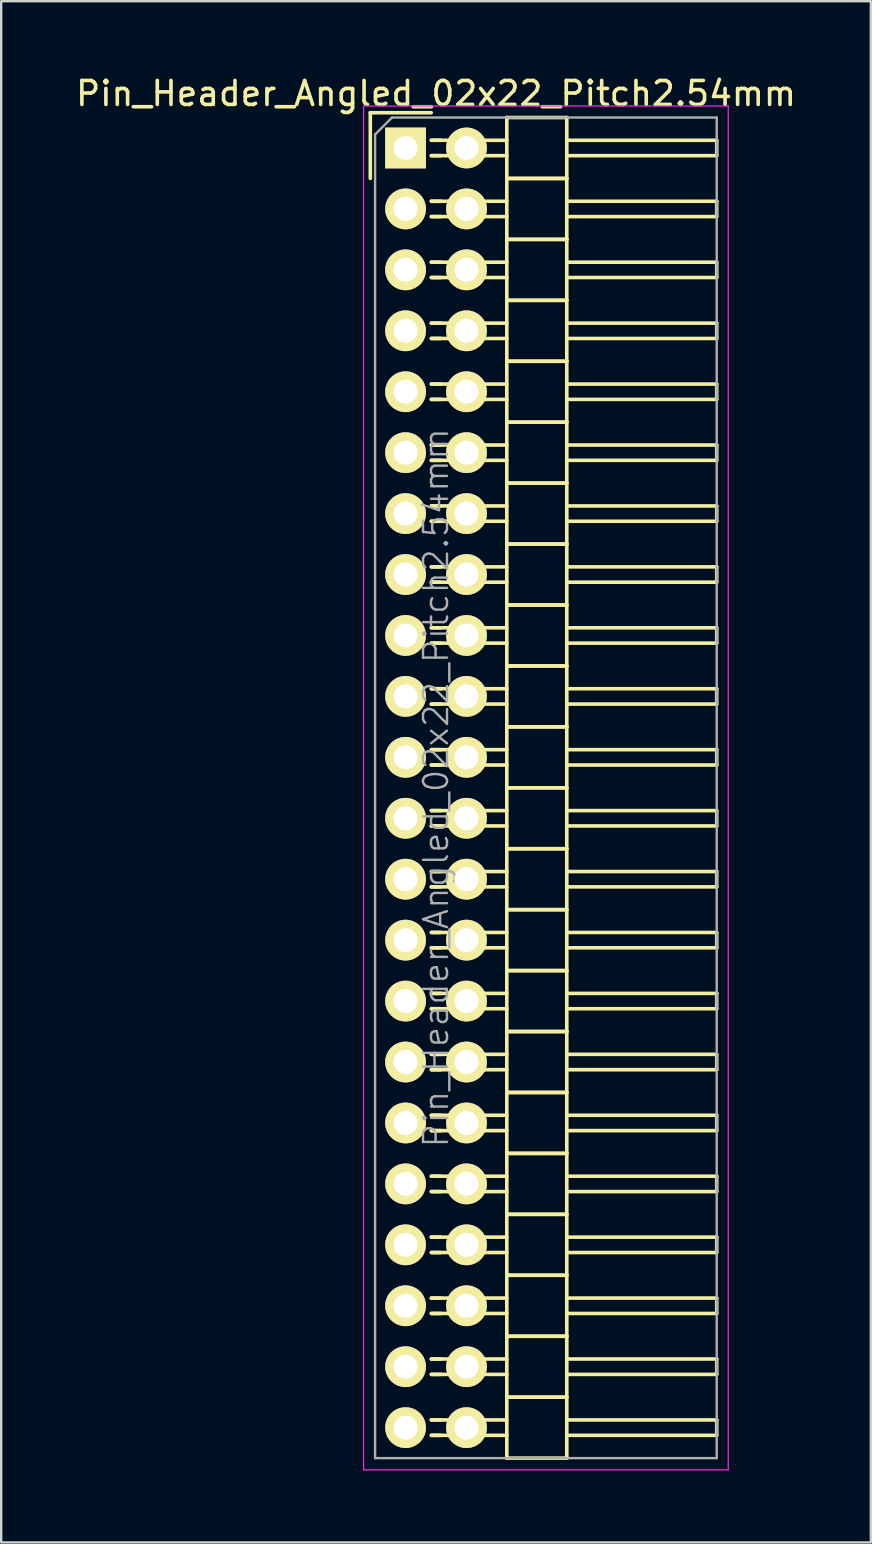
<source format=kicad_pcb>
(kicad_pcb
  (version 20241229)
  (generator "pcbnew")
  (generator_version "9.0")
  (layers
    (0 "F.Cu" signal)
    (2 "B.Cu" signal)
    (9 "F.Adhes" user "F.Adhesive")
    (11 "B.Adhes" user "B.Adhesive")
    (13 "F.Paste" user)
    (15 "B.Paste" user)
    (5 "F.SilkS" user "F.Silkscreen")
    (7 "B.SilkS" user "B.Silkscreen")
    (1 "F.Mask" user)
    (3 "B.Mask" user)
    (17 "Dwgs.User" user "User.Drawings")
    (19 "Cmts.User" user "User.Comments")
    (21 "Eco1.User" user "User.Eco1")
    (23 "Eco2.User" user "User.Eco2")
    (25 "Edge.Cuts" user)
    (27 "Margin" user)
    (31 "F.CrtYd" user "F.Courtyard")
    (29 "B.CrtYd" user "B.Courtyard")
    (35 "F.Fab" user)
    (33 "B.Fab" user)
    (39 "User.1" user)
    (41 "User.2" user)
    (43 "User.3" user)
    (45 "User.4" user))
  (footprint "Pin_Header_Angled_02x22_Pitch2.54mm"
    (layer "F.Cu")
    (at 13.855 3.118)
    (property "Reference" "Pin_Header_Angled_02x22_Pitch2.54mm" (at 1.27 -2.27 0) (layer "F.SilkS") (effects (font (size 1 1) (thickness 0.15))))
    (attr smd)
    (fp_line (start -1.47 -1.47) (end -1.47 1.27) (stroke (width 0.15) (type solid)) (layer "F.SilkS"))
    (fp_line (start -1.47 -1.47) (end 1.07 -1.47) (stroke (width 0.15) (type solid)) (layer "F.SilkS"))
    (fp_line (start 1.465 -0.32) (end 1.075 -0.32) (stroke (width 0.15) (type solid)) (layer "F.SilkS"))
    (fp_line (start 1.465 0.32) (end 1.075 0.32) (stroke (width 0.15) (type solid)) (layer "F.SilkS"))
    (fp_line (start 1.465 2.22) (end 1.075 2.22) (stroke (width 0.15) (type solid)) (layer "F.SilkS"))
    (fp_line (start 1.465 2.86) (end 1.075 2.86) (stroke (width 0.15) (type solid)) (layer "F.SilkS"))
    (fp_line (start 1.465 4.76) (end 1.075 4.76) (stroke (width 0.15) (type solid)) (layer "F.SilkS"))
    (fp_line (start 1.465 5.4) (end 1.075 5.4) (stroke (width 0.15) (type solid)) (layer "F.SilkS"))
    (fp_line (start 1.465 7.3) (end 1.075 7.3) (stroke (width 0.15) (type solid)) (layer "F.SilkS"))
    (fp_line (start 1.465 7.94) (end 1.075 7.94) (stroke (width 0.15) (type solid)) (layer "F.SilkS"))
    (fp_line (start 1.465 9.84) (end 1.075 9.84) (stroke (width 0.15) (type solid)) (layer "F.SilkS"))
    (fp_line (start 1.465 10.48) (end 1.075 10.48) (stroke (width 0.15) (type solid)) (layer "F.SilkS"))
    (fp_line (start 1.465 12.38) (end 1.075 12.38) (stroke (width 0.15) (type solid)) (layer "F.SilkS"))
    (fp_line (start 1.465 13.02) (end 1.075 13.02) (stroke (width 0.15) (type solid)) (layer "F.SilkS"))
    (fp_line (start 1.465 14.92) (end 1.075 14.92) (stroke (width 0.15) (type solid)) (layer "F.SilkS"))
    (fp_line (start 1.465 15.56) (end 1.075 15.56) (stroke (width 0.15) (type solid)) (layer "F.SilkS"))
    (fp_line (start 1.465 17.46) (end 1.075 17.46) (stroke (width 0.15) (type solid)) (layer "F.SilkS"))
    (fp_line (start 1.465 18.1) (end 1.075 18.1) (stroke (width 0.15) (type solid)) (layer "F.SilkS"))
    (fp_line (start 1.465 20) (end 1.075 20) (stroke (width 0.15) (type solid)) (layer "F.SilkS"))
    (fp_line (start 1.465 20.64) (end 1.075 20.64) (stroke (width 0.15) (type solid)) (layer "F.SilkS"))
    (fp_line (start 1.465 22.54) (end 1.075 22.54) (stroke (width 0.15) (type solid)) (layer "F.SilkS"))
    (fp_line (start 1.465 23.18) (end 1.075 23.18) (stroke (width 0.15) (type solid)) (layer "F.SilkS"))
    (fp_line (start 1.465 25.08) (end 1.075 25.08) (stroke (width 0.15) (type solid)) (layer "F.SilkS"))
    (fp_line (start 1.465 25.72) (end 1.075 25.72) (stroke (width 0.15) (type solid)) (layer "F.SilkS"))
    (fp_line (start 1.465 27.62) (end 1.075 27.62) (stroke (width 0.15) (type solid)) (layer "F.SilkS"))
    (fp_line (start 1.465 28.26) (end 1.075 28.26) (stroke (width 0.15) (type solid)) (layer "F.SilkS"))
    (fp_line (start 1.465 30.16) (end 1.075 30.16) (stroke (width 0.15) (type solid)) (layer "F.SilkS"))
    (fp_line (start 1.465 30.8) (end 1.075 30.8) (stroke (width 0.15) (type solid)) (layer "F.SilkS"))
    (fp_line (start 1.465 32.7) (end 1.075 32.7) (stroke (width 0.15) (type solid)) (layer "F.SilkS"))
    (fp_line (start 1.465 33.34) (end 1.075 33.34) (stroke (width 0.15) (type solid)) (layer "F.SilkS"))
    (fp_line (start 1.465 35.24) (end 1.075 35.24) (stroke (width 0.15) (type solid)) (layer "F.SilkS"))
    (fp_line (start 1.465 35.88) (end 1.075 35.88) (stroke (width 0.15) (type solid)) (layer "F.SilkS"))
    (fp_line (start 1.465 37.78) (end 1.075 37.78) (stroke (width 0.15) (type solid)) (layer "F.SilkS"))
    (fp_line (start 1.465 38.42) (end 1.075 38.42) (stroke (width 0.15) (type solid)) (layer "F.SilkS"))
    (fp_line (start 1.465 40.32) (end 1.075 40.32) (stroke (width 0.15) (type solid)) (layer "F.SilkS"))
    (fp_line (start 1.465 40.96) (end 1.075 40.96) (stroke (width 0.15) (type solid)) (layer "F.SilkS"))
    (fp_line (start 1.465 42.86) (end 1.075 42.86) (stroke (width 0.15) (type solid)) (layer "F.SilkS"))
    (fp_line (start 1.465 43.5) (end 1.075 43.5) (stroke (width 0.15) (type solid)) (layer "F.SilkS"))
    (fp_line (start 1.465 45.4) (end 1.075 45.4) (stroke (width 0.15) (type solid)) (layer "F.SilkS"))
    (fp_line (start 1.465 46.04) (end 1.075 46.04) (stroke (width 0.15) (type solid)) (layer "F.SilkS"))
    (fp_line (start 1.465 47.94) (end 1.075 47.94) (stroke (width 0.15) (type solid)) (layer "F.SilkS"))
    (fp_line (start 1.465 48.58) (end 1.075 48.58) (stroke (width 0.15) (type solid)) (layer "F.SilkS"))
    (fp_line (start 1.465 50.48) (end 1.075 50.48) (stroke (width 0.15) (type solid)) (layer "F.SilkS"))
    (fp_line (start 1.465 51.12) (end 1.075 51.12) (stroke (width 0.15) (type solid)) (layer "F.SilkS"))
    (fp_line (start 1.465 53.02) (end 1.075 53.02) (stroke (width 0.15) (type solid)) (layer "F.SilkS"))
    (fp_line (start 1.465 53.66) (end 1.075 53.66) (stroke (width 0.15) (type solid)) (layer "F.SilkS"))
    (fp_line (start 4.22 -0.32) (end 1.075 -0.32) (stroke (width 0.15) (type solid)) (layer "F.SilkS"))
    (fp_line (start 4.22 0.32) (end 1.075 0.32) (stroke (width 0.15) (type solid)) (layer "F.SilkS"))
    (fp_line (start 4.22 1.27) (end 4.22 -1.27) (stroke (width 0.15) (type solid)) (layer "F.SilkS"))
    (fp_line (start 4.22 2.22) (end 1.075 2.22) (stroke (width 0.15) (type solid)) (layer "F.SilkS"))
    (fp_line (start 4.22 2.86) (end 1.075 2.86) (stroke (width 0.15) (type solid)) (layer "F.SilkS"))
    (fp_line (start 4.22 3.81) (end 4.22 1.27) (stroke (width 0.15) (type solid)) (layer "F.SilkS"))
    (fp_line (start 4.22 4.76) (end 1.075 4.76) (stroke (width 0.15) (type solid)) (layer "F.SilkS"))
    (fp_line (start 4.22 5.4) (end 1.075 5.4) (stroke (width 0.15) (type solid)) (layer "F.SilkS"))
    (fp_line (start 4.22 6.35) (end 4.22 3.81) (stroke (width 0.15) (type solid)) (layer "F.SilkS"))
    (fp_line (start 4.22 7.3) (end 1.075 7.3) (stroke (width 0.15) (type solid)) (layer "F.SilkS"))
    (fp_line (start 4.22 7.94) (end 1.075 7.94) (stroke (width 0.15) (type solid)) (layer "F.SilkS"))
    (fp_line (start 4.22 8.89) (end 4.22 6.35) (stroke (width 0.15) (type solid)) (layer "F.SilkS"))
    (fp_line (start 4.22 9.84) (end 1.075 9.84) (stroke (width 0.15) (type solid)) (layer "F.SilkS"))
    (fp_line (start 4.22 10.48) (end 1.075 10.48) (stroke (width 0.15) (type solid)) (layer "F.SilkS"))
    (fp_line (start 4.22 11.43) (end 4.22 8.89) (stroke (width 0.15) (type solid)) (layer "F.SilkS"))
    (fp_line (start 4.22 12.38) (end 1.075 12.38) (stroke (width 0.15) (type solid)) (layer "F.SilkS"))
    (fp_line (start 4.22 13.02) (end 1.075 13.02) (stroke (width 0.15) (type solid)) (layer "F.SilkS"))
    (fp_line (start 4.22 13.97) (end 4.22 11.43) (stroke (width 0.15) (type solid)) (layer "F.SilkS"))
    (fp_line (start 4.22 14.92) (end 1.075 14.92) (stroke (width 0.15) (type solid)) (layer "F.SilkS"))
    (fp_line (start 4.22 15.56) (end 1.075 15.56) (stroke (width 0.15) (type solid)) (layer "F.SilkS"))
    (fp_line (start 4.22 16.51) (end 4.22 13.97) (stroke (width 0.15) (type solid)) (layer "F.SilkS"))
    (fp_line (start 4.22 17.46) (end 1.075 17.46) (stroke (width 0.15) (type solid)) (layer "F.SilkS"))
    (fp_line (start 4.22 18.1) (end 1.075 18.1) (stroke (width 0.15) (type solid)) (layer "F.SilkS"))
    (fp_line (start 4.22 19.05) (end 4.22 16.51) (stroke (width 0.15) (type solid)) (layer "F.SilkS"))
    (fp_line (start 4.22 20) (end 1.075 20) (stroke (width 0.15) (type solid)) (layer "F.SilkS"))
    (fp_line (start 4.22 20.64) (end 1.075 20.64) (stroke (width 0.15) (type solid)) (layer "F.SilkS"))
    (fp_line (start 4.22 21.59) (end 4.22 19.05) (stroke (width 0.15) (type solid)) (layer "F.SilkS"))
    (fp_line (start 4.22 22.54) (end 1.075 22.54) (stroke (width 0.15) (type solid)) (layer "F.SilkS"))
    (fp_line (start 4.22 23.18) (end 1.075 23.18) (stroke (width 0.15) (type solid)) (layer "F.SilkS"))
    (fp_line (start 4.22 24.13) (end 4.22 21.59) (stroke (width 0.15) (type solid)) (layer "F.SilkS"))
    (fp_line (start 4.22 25.08) (end 1.075 25.08) (stroke (width 0.15) (type solid)) (layer "F.SilkS"))
    (fp_line (start 4.22 25.72) (end 1.075 25.72) (stroke (width 0.15) (type solid)) (layer "F.SilkS"))
    (fp_line (start 4.22 26.67) (end 4.22 24.13) (stroke (width 0.15) (type solid)) (layer "F.SilkS"))
    (fp_line (start 4.22 27.62) (end 1.075 27.62) (stroke (width 0.15) (type solid)) (layer "F.SilkS"))
    (fp_line (start 4.22 28.26) (end 1.075 28.26) (stroke (width 0.15) (type solid)) (layer "F.SilkS"))
    (fp_line (start 4.22 29.21) (end 4.22 26.67) (stroke (width 0.15) (type solid)) (layer "F.SilkS"))
    (fp_line (start 4.22 30.16) (end 1.075 30.16) (stroke (width 0.15) (type solid)) (layer "F.SilkS"))
    (fp_line (start 4.22 30.8) (end 1.075 30.8) (stroke (width 0.15) (type solid)) (layer "F.SilkS"))
    (fp_line (start 4.22 31.75) (end 4.22 29.21) (stroke (width 0.15) (type solid)) (layer "F.SilkS"))
    (fp_line (start 4.22 32.7) (end 1.075 32.7) (stroke (width 0.15) (type solid)) (layer "F.SilkS"))
    (fp_line (start 4.22 33.34) (end 1.075 33.34) (stroke (width 0.15) (type solid)) (layer "F.SilkS"))
    (fp_line (start 4.22 34.29) (end 4.22 31.75) (stroke (width 0.15) (type solid)) (layer "F.SilkS"))
    (fp_line (start 4.22 35.24) (end 1.075 35.24) (stroke (width 0.15) (type solid)) (layer "F.SilkS"))
    (fp_line (start 4.22 35.88) (end 1.075 35.88) (stroke (width 0.15) (type solid)) (layer "F.SilkS"))
    (fp_line (start 4.22 36.83) (end 4.22 34.29) (stroke (width 0.15) (type solid)) (layer "F.SilkS"))
    (fp_line (start 4.22 37.78) (end 1.075 37.78) (stroke (width 0.15) (type solid)) (layer "F.SilkS"))
    (fp_line (start 4.22 38.42) (end 1.075 38.42) (stroke (width 0.15) (type solid)) (layer "F.SilkS"))
    (fp_line (start 4.22 39.37) (end 4.22 36.83) (stroke (width 0.15) (type solid)) (layer "F.SilkS"))
    (fp_line (start 4.22 40.32) (end 1.075 40.32) (stroke (width 0.15) (type solid)) (layer "F.SilkS"))
    (fp_line (start 4.22 40.96) (end 1.075 40.96) (stroke (width 0.15) (type solid)) (layer "F.SilkS"))
    (fp_line (start 4.22 41.91) (end 4.22 39.37) (stroke (width 0.15) (type solid)) (layer "F.SilkS"))
    (fp_line (start 4.22 42.86) (end 1.075 42.86) (stroke (width 0.15) (type solid)) (layer "F.SilkS"))
    (fp_line (start 4.22 43.5) (end 1.075 43.5) (stroke (width 0.15) (type solid)) (layer "F.SilkS"))
    (fp_line (start 4.22 44.45) (end 4.22 41.91) (stroke (width 0.15) (type solid)) (layer "F.SilkS"))
    (fp_line (start 4.22 45.4) (end 1.075 45.4) (stroke (width 0.15) (type solid)) (layer "F.SilkS"))
    (fp_line (start 4.22 46.04) (end 1.075 46.04) (stroke (width 0.15) (type solid)) (layer "F.SilkS"))
    (fp_line (start 4.22 46.99) (end 4.22 44.45) (stroke (width 0.15) (type solid)) (layer "F.SilkS"))
    (fp_line (start 4.22 47.94) (end 1.075 47.94) (stroke (width 0.15) (type solid)) (layer "F.SilkS"))
    (fp_line (start 4.22 48.58) (end 1.075 48.58) (stroke (width 0.15) (type solid)) (layer "F.SilkS"))
    (fp_line (start 4.22 49.53) (end 4.22 46.99) (stroke (width 0.15) (type solid)) (layer "F.SilkS"))
    (fp_line (start 4.22 50.48) (end 1.075 50.48) (stroke (width 0.15) (type solid)) (layer "F.SilkS"))
    (fp_line (start 4.22 51.12) (end 1.075 51.12) (stroke (width 0.15) (type solid)) (layer "F.SilkS"))
    (fp_line (start 4.22 52.07) (end 4.22 49.53) (stroke (width 0.15) (type solid)) (layer "F.SilkS"))
    (fp_line (start 4.22 53.02) (end 1.075 53.02) (stroke (width 0.15) (type solid)) (layer "F.SilkS"))
    (fp_line (start 4.22 53.66) (end 1.075 53.66) (stroke (width 0.15) (type solid)) (layer "F.SilkS"))
    (fp_line (start 4.22 54.61) (end 4.22 52.07) (stroke (width 0.15) (type solid)) (layer "F.SilkS"))
    (fp_line (start 6.72 -1.27) (end 4.22 -1.27) (stroke (width 0.15) (type solid)) (layer "F.SilkS"))
    (fp_line (start 6.72 -0.32) (end 12.97 -0.32) (stroke (width 0.15) (type solid)) (layer "F.SilkS"))
    (fp_line (start 6.72 0.32) (end 12.97 0.32) (stroke (width 0.15) (type solid)) (layer "F.SilkS"))
    (fp_line (start 6.72 1.27) (end 4.22 1.27) (stroke (width 0.15) (type solid)) (layer "F.SilkS"))
    (fp_line (start 6.72 1.27) (end 4.22 1.27) (stroke (width 0.15) (type solid)) (layer "F.SilkS"))
    (fp_line (start 6.72 1.27) (end 6.72 -1.27) (stroke (width 0.15) (type solid)) (layer "F.SilkS"))
    (fp_line (start 6.72 2.22) (end 12.97 2.22) (stroke (width 0.15) (type solid)) (layer "F.SilkS"))
    (fp_line (start 6.72 2.86) (end 12.97 2.86) (stroke (width 0.15) (type solid)) (layer "F.SilkS"))
    (fp_line (start 6.72 3.81) (end 4.22 3.81) (stroke (width 0.15) (type solid)) (layer "F.SilkS"))
    (fp_line (start 6.72 3.81) (end 4.22 3.81) (stroke (width 0.15) (type solid)) (layer "F.SilkS"))
    (fp_line (start 6.72 3.81) (end 6.72 1.27) (stroke (width 0.15) (type solid)) (layer "F.SilkS"))
    (fp_line (start 6.72 4.76) (end 12.97 4.76) (stroke (width 0.15) (type solid)) (layer "F.SilkS"))
    (fp_line (start 6.72 5.4) (end 12.97 5.4) (stroke (width 0.15) (type solid)) (layer "F.SilkS"))
    (fp_line (start 6.72 6.35) (end 4.22 6.35) (stroke (width 0.15) (type solid)) (layer "F.SilkS"))
    (fp_line (start 6.72 6.35) (end 4.22 6.35) (stroke (width 0.15) (type solid)) (layer "F.SilkS"))
    (fp_line (start 6.72 6.35) (end 6.72 3.81) (stroke (width 0.15) (type solid)) (layer "F.SilkS"))
    (fp_line (start 6.72 7.3) (end 12.97 7.3) (stroke (width 0.15) (type solid)) (layer "F.SilkS"))
    (fp_line (start 6.72 7.94) (end 12.97 7.94) (stroke (width 0.15) (type solid)) (layer "F.SilkS"))
    (fp_line (start 6.72 8.89) (end 4.22 8.89) (stroke (width 0.15) (type solid)) (layer "F.SilkS"))
    (fp_line (start 6.72 8.89) (end 4.22 8.89) (stroke (width 0.15) (type solid)) (layer "F.SilkS"))
    (fp_line (start 6.72 8.89) (end 6.72 6.35) (stroke (width 0.15) (type solid)) (layer "F.SilkS"))
    (fp_line (start 6.72 9.84) (end 12.97 9.84) (stroke (width 0.15) (type solid)) (layer "F.SilkS"))
    (fp_line (start 6.72 10.48) (end 12.97 10.48) (stroke (width 0.15) (type solid)) (layer "F.SilkS"))
    (fp_line (start 6.72 11.43) (end 4.22 11.43) (stroke (width 0.15) (type solid)) (layer "F.SilkS"))
    (fp_line (start 6.72 11.43) (end 4.22 11.43) (stroke (width 0.15) (type solid)) (layer "F.SilkS"))
    (fp_line (start 6.72 11.43) (end 6.72 8.89) (stroke (width 0.15) (type solid)) (layer "F.SilkS"))
    (fp_line (start 6.72 12.38) (end 12.97 12.38) (stroke (width 0.15) (type solid)) (layer "F.SilkS"))
    (fp_line (start 6.72 13.02) (end 12.97 13.02) (stroke (width 0.15) (type solid)) (layer "F.SilkS"))
    (fp_line (start 6.72 13.97) (end 4.22 13.97) (stroke (width 0.15) (type solid)) (layer "F.SilkS"))
    (fp_line (start 6.72 13.97) (end 4.22 13.97) (stroke (width 0.15) (type solid)) (layer "F.SilkS"))
    (fp_line (start 6.72 13.97) (end 6.72 11.43) (stroke (width 0.15) (type solid)) (layer "F.SilkS"))
    (fp_line (start 6.72 14.92) (end 12.97 14.92) (stroke (width 0.15) (type solid)) (layer "F.SilkS"))
    (fp_line (start 6.72 15.56) (end 12.97 15.56) (stroke (width 0.15) (type solid)) (layer "F.SilkS"))
    (fp_line (start 6.72 16.51) (end 4.22 16.51) (stroke (width 0.15) (type solid)) (layer "F.SilkS"))
    (fp_line (start 6.72 16.51) (end 4.22 16.51) (stroke (width 0.15) (type solid)) (layer "F.SilkS"))
    (fp_line (start 6.72 16.51) (end 6.72 13.97) (stroke (width 0.15) (type solid)) (layer "F.SilkS"))
    (fp_line (start 6.72 17.46) (end 12.97 17.46) (stroke (width 0.15) (type solid)) (layer "F.SilkS"))
    (fp_line (start 6.72 18.1) (end 12.97 18.1) (stroke (width 0.15) (type solid)) (layer "F.SilkS"))
    (fp_line (start 6.72 19.05) (end 4.22 19.05) (stroke (width 0.15) (type solid)) (layer "F.SilkS"))
    (fp_line (start 6.72 19.05) (end 4.22 19.05) (stroke (width 0.15) (type solid)) (layer "F.SilkS"))
    (fp_line (start 6.72 19.05) (end 6.72 16.51) (stroke (width 0.15) (type solid)) (layer "F.SilkS"))
    (fp_line (start 6.72 20) (end 12.97 20) (stroke (width 0.15) (type solid)) (layer "F.SilkS"))
    (fp_line (start 6.72 20.64) (end 12.97 20.64) (stroke (width 0.15) (type solid)) (layer "F.SilkS"))
    (fp_line (start 6.72 21.59) (end 4.22 21.59) (stroke (width 0.15) (type solid)) (layer "F.SilkS"))
    (fp_line (start 6.72 21.59) (end 4.22 21.59) (stroke (width 0.15) (type solid)) (layer "F.SilkS"))
    (fp_line (start 6.72 21.59) (end 6.72 19.05) (stroke (width 0.15) (type solid)) (layer "F.SilkS"))
    (fp_line (start 6.72 22.54) (end 12.97 22.54) (stroke (width 0.15) (type solid)) (layer "F.SilkS"))
    (fp_line (start 6.72 23.18) (end 12.97 23.18) (stroke (width 0.15) (type solid)) (layer "F.SilkS"))
    (fp_line (start 6.72 24.13) (end 4.22 24.13) (stroke (width 0.15) (type solid)) (layer "F.SilkS"))
    (fp_line (start 6.72 24.13) (end 4.22 24.13) (stroke (width 0.15) (type solid)) (layer "F.SilkS"))
    (fp_line (start 6.72 24.13) (end 6.72 21.59) (stroke (width 0.15) (type solid)) (layer "F.SilkS"))
    (fp_line (start 6.72 25.08) (end 12.97 25.08) (stroke (width 0.15) (type solid)) (layer "F.SilkS"))
    (fp_line (start 6.72 25.72) (end 12.97 25.72) (stroke (width 0.15) (type solid)) (layer "F.SilkS"))
    (fp_line (start 6.72 26.67) (end 4.22 26.67) (stroke (width 0.15) (type solid)) (layer "F.SilkS"))
    (fp_line (start 6.72 26.67) (end 4.22 26.67) (stroke (width 0.15) (type solid)) (layer "F.SilkS"))
    (fp_line (start 6.72 26.67) (end 6.72 24.13) (stroke (width 0.15) (type solid)) (layer "F.SilkS"))
    (fp_line (start 6.72 27.62) (end 12.97 27.62) (stroke (width 0.15) (type solid)) (layer "F.SilkS"))
    (fp_line (start 6.72 28.26) (end 12.97 28.26) (stroke (width 0.15) (type solid)) (layer "F.SilkS"))
    (fp_line (start 6.72 29.21) (end 4.22 29.21) (stroke (width 0.15) (type solid)) (layer "F.SilkS"))
    (fp_line (start 6.72 29.21) (end 4.22 29.21) (stroke (width 0.15) (type solid)) (layer "F.SilkS"))
    (fp_line (start 6.72 29.21) (end 6.72 26.67) (stroke (width 0.15) (type solid)) (layer "F.SilkS"))
    (fp_line (start 6.72 30.16) (end 12.97 30.16) (stroke (width 0.15) (type solid)) (layer "F.SilkS"))
    (fp_line (start 6.72 30.8) (end 12.97 30.8) (stroke (width 0.15) (type solid)) (layer "F.SilkS"))
    (fp_line (start 6.72 31.75) (end 4.22 31.75) (stroke (width 0.15) (type solid)) (layer "F.SilkS"))
    (fp_line (start 6.72 31.75) (end 4.22 31.75) (stroke (width 0.15) (type solid)) (layer "F.SilkS"))
    (fp_line (start 6.72 31.75) (end 6.72 29.21) (stroke (width 0.15) (type solid)) (layer "F.SilkS"))
    (fp_line (start 6.72 32.7) (end 12.97 32.7) (stroke (width 0.15) (type solid)) (layer "F.SilkS"))
    (fp_line (start 6.72 33.34) (end 12.97 33.34) (stroke (width 0.15) (type solid)) (layer "F.SilkS"))
    (fp_line (start 6.72 34.29) (end 4.22 34.29) (stroke (width 0.15) (type solid)) (layer "F.SilkS"))
    (fp_line (start 6.72 34.29) (end 4.22 34.29) (stroke (width 0.15) (type solid)) (layer "F.SilkS"))
    (fp_line (start 6.72 34.29) (end 6.72 31.75) (stroke (width 0.15) (type solid)) (layer "F.SilkS"))
    (fp_line (start 6.72 35.24) (end 12.97 35.24) (stroke (width 0.15) (type solid)) (layer "F.SilkS"))
    (fp_line (start 6.72 35.88) (end 12.97 35.88) (stroke (width 0.15) (type solid)) (layer "F.SilkS"))
    (fp_line (start 6.72 36.83) (end 4.22 36.83) (stroke (width 0.15) (type solid)) (layer "F.SilkS"))
    (fp_line (start 6.72 36.83) (end 4.22 36.83) (stroke (width 0.15) (type solid)) (layer "F.SilkS"))
    (fp_line (start 6.72 36.83) (end 6.72 34.29) (stroke (width 0.15) (type solid)) (layer "F.SilkS"))
    (fp_line (start 6.72 37.78) (end 12.97 37.78) (stroke (width 0.15) (type solid)) (layer "F.SilkS"))
    (fp_line (start 6.72 38.42) (end 12.97 38.42) (stroke (width 0.15) (type solid)) (layer "F.SilkS"))
    (fp_line (start 6.72 39.37) (end 4.22 39.37) (stroke (width 0.15) (type solid)) (layer "F.SilkS"))
    (fp_line (start 6.72 39.37) (end 4.22 39.37) (stroke (width 0.15) (type solid)) (layer "F.SilkS"))
    (fp_line (start 6.72 39.37) (end 6.72 36.83) (stroke (width 0.15) (type solid)) (layer "F.SilkS"))
    (fp_line (start 6.72 40.32) (end 12.97 40.32) (stroke (width 0.15) (type solid)) (layer "F.SilkS"))
    (fp_line (start 6.72 40.96) (end 12.97 40.96) (stroke (width 0.15) (type solid)) (layer "F.SilkS"))
    (fp_line (start 6.72 41.91) (end 4.22 41.91) (stroke (width 0.15) (type solid)) (layer "F.SilkS"))
    (fp_line (start 6.72 41.91) (end 4.22 41.91) (stroke (width 0.15) (type solid)) (layer "F.SilkS"))
    (fp_line (start 6.72 41.91) (end 6.72 39.37) (stroke (width 0.15) (type solid)) (layer "F.SilkS"))
    (fp_line (start 6.72 42.86) (end 12.97 42.86) (stroke (width 0.15) (type solid)) (layer "F.SilkS"))
    (fp_line (start 6.72 43.5) (end 12.97 43.5) (stroke (width 0.15) (type solid)) (layer "F.SilkS"))
    (fp_line (start 6.72 44.45) (end 4.22 44.45) (stroke (width 0.15) (type solid)) (layer "F.SilkS"))
    (fp_line (start 6.72 44.45) (end 4.22 44.45) (stroke (width 0.15) (type solid)) (layer "F.SilkS"))
    (fp_line (start 6.72 44.45) (end 6.72 41.91) (stroke (width 0.15) (type solid)) (layer "F.SilkS"))
    (fp_line (start 6.72 45.4) (end 12.97 45.4) (stroke (width 0.15) (type solid)) (layer "F.SilkS"))
    (fp_line (start 6.72 46.04) (end 12.97 46.04) (stroke (width 0.15) (type solid)) (layer "F.SilkS"))
    (fp_line (start 6.72 46.99) (end 4.22 46.99) (stroke (width 0.15) (type solid)) (layer "F.SilkS"))
    (fp_line (start 6.72 46.99) (end 4.22 46.99) (stroke (width 0.15) (type solid)) (layer "F.SilkS"))
    (fp_line (start 6.72 46.99) (end 6.72 44.45) (stroke (width 0.15) (type solid)) (layer "F.SilkS"))
    (fp_line (start 6.72 47.94) (end 12.97 47.94) (stroke (width 0.15) (type solid)) (layer "F.SilkS"))
    (fp_line (start 6.72 48.58) (end 12.97 48.58) (stroke (width 0.15) (type solid)) (layer "F.SilkS"))
    (fp_line (start 6.72 49.53) (end 4.22 49.53) (stroke (width 0.15) (type solid)) (layer "F.SilkS"))
    (fp_line (start 6.72 49.53) (end 4.22 49.53) (stroke (width 0.15) (type solid)) (layer "F.SilkS"))
    (fp_line (start 6.72 49.53) (end 6.72 46.99) (stroke (width 0.15) (type solid)) (layer "F.SilkS"))
    (fp_line (start 6.72 50.48) (end 12.97 50.48) (stroke (width 0.15) (type solid)) (layer "F.SilkS"))
    (fp_line (start 6.72 51.12) (end 12.97 51.12) (stroke (width 0.15) (type solid)) (layer "F.SilkS"))
    (fp_line (start 6.72 52.07) (end 4.22 52.07) (stroke (width 0.15) (type solid)) (layer "F.SilkS"))
    (fp_line (start 6.72 52.07) (end 4.22 52.07) (stroke (width 0.15) (type solid)) (layer "F.SilkS"))
    (fp_line (start 6.72 52.07) (end 6.72 49.53) (stroke (width 0.15) (type solid)) (layer "F.SilkS"))
    (fp_line (start 6.72 53.02) (end 12.97 53.02) (stroke (width 0.15) (type solid)) (layer "F.SilkS"))
    (fp_line (start 6.72 53.66) (end 12.97 53.66) (stroke (width 0.15) (type solid)) (layer "F.SilkS"))
    (fp_line (start 6.72 54.61) (end 4.22 54.61) (stroke (width 0.15) (type solid)) (layer "F.SilkS"))
    (fp_line (start 6.72 54.61) (end 6.72 52.07) (stroke (width 0.15) (type solid)) (layer "F.SilkS"))
    (fp_line (start 12.97 0.32) (end 12.97 -0.32) (stroke (width 0.15) (type solid)) (layer "F.SilkS"))
    (fp_line (start 12.97 2.86) (end 12.97 2.22) (stroke (width 0.15) (type solid)) (layer "F.SilkS"))
    (fp_line (start 12.97 5.4) (end 12.97 4.76) (stroke (width 0.15) (type solid)) (layer "F.SilkS"))
    (fp_line (start 12.97 7.94) (end 12.97 7.3) (stroke (width 0.15) (type solid)) (layer "F.SilkS"))
    (fp_line (start 12.97 10.48) (end 12.97 9.84) (stroke (width 0.15) (type solid)) (layer "F.SilkS"))
    (fp_line (start 12.97 13.02) (end 12.97 12.38) (stroke (width 0.15) (type solid)) (layer "F.SilkS"))
    (fp_line (start 12.97 15.56) (end 12.97 14.92) (stroke (width 0.15) (type solid)) (layer "F.SilkS"))
    (fp_line (start 12.97 18.1) (end 12.97 17.46) (stroke (width 0.15) (type solid)) (layer "F.SilkS"))
    (fp_line (start 12.97 20.64) (end 12.97 20) (stroke (width 0.15) (type solid)) (layer "F.SilkS"))
    (fp_line (start 12.97 23.18) (end 12.97 22.54) (stroke (width 0.15) (type solid)) (layer "F.SilkS"))
    (fp_line (start 12.97 25.72) (end 12.97 25.08) (stroke (width 0.15) (type solid)) (layer "F.SilkS"))
    (fp_line (start 12.97 28.26) (end 12.97 27.62) (stroke (width 0.15) (type solid)) (layer "F.SilkS"))
    (fp_line (start 12.97 30.8) (end 12.97 30.16) (stroke (width 0.15) (type solid)) (layer "F.SilkS"))
    (fp_line (start 12.97 33.34) (end 12.97 32.7) (stroke (width 0.15) (type solid)) (layer "F.SilkS"))
    (fp_line (start 12.97 35.88) (end 12.97 35.24) (stroke (width 0.15) (type solid)) (layer "F.SilkS"))
    (fp_line (start 12.97 38.42) (end 12.97 37.78) (stroke (width 0.15) (type solid)) (layer "F.SilkS"))
    (fp_line (start 12.97 40.96) (end 12.97 40.32) (stroke (width 0.15) (type solid)) (layer "F.SilkS"))
    (fp_line (start 12.97 43.5) (end 12.97 42.86) (stroke (width 0.15) (type solid)) (layer "F.SilkS"))
    (fp_line (start 12.97 46.04) (end 12.97 45.4) (stroke (width 0.15) (type solid)) (layer "F.SilkS"))
    (fp_line (start 12.97 48.58) (end 12.97 47.94) (stroke (width 0.15) (type solid)) (layer "F.SilkS"))
    (fp_line (start 12.97 51.12) (end 12.97 50.48) (stroke (width 0.15) (type solid)) (layer "F.SilkS"))
    (fp_line (start 12.97 53.66) (end 12.97 53.02) (stroke (width 0.15) (type solid)) (layer "F.SilkS"))
    (fp_line (start -1.75 -1.75) (end -1.75 55.1) (stroke (width 0.05) (type solid)) (layer "F.CrtYd"))
    (fp_line (start 13.45 -1.75) (end -1.75 -1.75) (stroke (width 0.05) (type solid)) (layer "F.CrtYd"))
    (fp_line (start 13.45 -1.75) (end 13.45 55.1) (stroke (width 0.05) (type solid)) (layer "F.CrtYd"))
    (fp_line (start 13.45 55.1) (end -1.75 55.1) (stroke (width 0.05) (type solid)) (layer "F.CrtYd"))
    (fp_line (start -1.27 -0.563) (end -0.563 -1.27) (stroke (width 0.1) (type solid)) (layer "F.Fab"))
    (fp_line (start -1.27 54.61) (end -1.27 -0.563) (stroke (width 0.1) (type solid)) (layer "F.Fab"))
    (fp_line (start 12.97 -1.27) (end -0.563 -1.27) (stroke (width 0.1) (type solid)) (layer "F.Fab"))
    (fp_line (start 12.97 54.61) (end -1.27 54.61) (stroke (width 0.1) (type solid)) (layer "F.Fab"))
    (fp_line (start 12.97 54.61) (end 12.97 -1.27) (stroke (width 0.1) (type solid)) (layer "F.Fab"))
    (fp_text user "${REFERENCE}" (at 1.27 26.67 90) (layer "F.Fab") (effects (font (size 1 1) (thickness 0.1))))
    (pad "1" thru_hole rect (at 0 0) (size 1.7 1.7) (drill 1) (layers "*.Cu" "*.Mask" "F.SilkS"))
    (pad "2" thru_hole oval (at 2.54 0) (size 1.7 1.7) (drill 1) (layers "*.Cu" "*.Mask" "F.SilkS"))
    (pad "3" thru_hole oval (at 0 2.54) (size 1.7 1.7) (drill 1) (layers "*.Cu" "*.Mask" "F.SilkS"))
    (pad "4" thru_hole oval (at 2.54 2.54) (size 1.7 1.7) (drill 1) (layers "*.Cu" "*.Mask" "F.SilkS"))
    (pad "5" thru_hole oval (at 0 5.08) (size 1.7 1.7) (drill 1) (layers "*.Cu" "*.Mask" "F.SilkS"))
    (pad "6" thru_hole oval (at 2.54 5.08) (size 1.7 1.7) (drill 1) (layers "*.Cu" "*.Mask" "F.SilkS"))
    (pad "7" thru_hole oval (at 0 7.62) (size 1.7 1.7) (drill 1) (layers "*.Cu" "*.Mask" "F.SilkS"))
    (pad "8" thru_hole oval (at 2.54 7.62) (size 1.7 1.7) (drill 1) (layers "*.Cu" "*.Mask" "F.SilkS"))
    (pad "9" thru_hole oval (at 0 10.16) (size 1.7 1.7) (drill 1) (layers "*.Cu" "*.Mask" "F.SilkS"))
    (pad "10" thru_hole oval (at 2.54 10.16) (size 1.7 1.7) (drill 1) (layers "*.Cu" "*.Mask" "F.SilkS"))
    (pad "11" thru_hole oval (at 0 12.7) (size 1.7 1.7) (drill 1) (layers "*.Cu" "*.Mask" "F.SilkS"))
    (pad "12" thru_hole oval (at 2.54 12.7) (size 1.7 1.7) (drill 1) (layers "*.Cu" "*.Mask" "F.SilkS"))
    (pad "13" thru_hole oval (at 0 15.24) (size 1.7 1.7) (drill 1) (layers "*.Cu" "*.Mask" "F.SilkS"))
    (pad "14" thru_hole oval (at 2.54 15.24) (size 1.7 1.7) (drill 1) (layers "*.Cu" "*.Mask" "F.SilkS"))
    (pad "15" thru_hole oval (at 0 17.78) (size 1.7 1.7) (drill 1) (layers "*.Cu" "*.Mask" "F.SilkS"))
    (pad "16" thru_hole oval (at 2.54 17.78) (size 1.7 1.7) (drill 1) (layers "*.Cu" "*.Mask" "F.SilkS"))
    (pad "17" thru_hole oval (at 0 20.32) (size 1.7 1.7) (drill 1) (layers "*.Cu" "*.Mask" "F.SilkS"))
    (pad "18" thru_hole oval (at 2.54 20.32) (size 1.7 1.7) (drill 1) (layers "*.Cu" "*.Mask" "F.SilkS"))
    (pad "19" thru_hole oval (at 0 22.86) (size 1.7 1.7) (drill 1) (layers "*.Cu" "*.Mask" "F.SilkS"))
    (pad "20" thru_hole oval (at 2.54 22.86) (size 1.7 1.7) (drill 1) (layers "*.Cu" "*.Mask" "F.SilkS"))
    (pad "21" thru_hole oval (at 0 25.4) (size 1.7 1.7) (drill 1) (layers "*.Cu" "*.Mask" "F.SilkS"))
    (pad "22" thru_hole oval (at 2.54 25.4) (size 1.7 1.7) (drill 1) (layers "*.Cu" "*.Mask" "F.SilkS"))
    (pad "23" thru_hole oval (at 0 27.94) (size 1.7 1.7) (drill 1) (layers "*.Cu" "*.Mask" "F.SilkS"))
    (pad "24" thru_hole oval (at 2.54 27.94) (size 1.7 1.7) (drill 1) (layers "*.Cu" "*.Mask" "F.SilkS"))
    (pad "25" thru_hole oval (at 0 30.48) (size 1.7 1.7) (drill 1) (layers "*.Cu" "*.Mask" "F.SilkS"))
    (pad "26" thru_hole oval (at 2.54 30.48) (size 1.7 1.7) (drill 1) (layers "*.Cu" "*.Mask" "F.SilkS"))
    (pad "27" thru_hole oval (at 0 33.02) (size 1.7 1.7) (drill 1) (layers "*.Cu" "*.Mask" "F.SilkS"))
    (pad "28" thru_hole oval (at 2.54 33.02) (size 1.7 1.7) (drill 1) (layers "*.Cu" "*.Mask" "F.SilkS"))
    (pad "29" thru_hole oval (at 0 35.56) (size 1.7 1.7) (drill 1) (layers "*.Cu" "*.Mask" "F.SilkS"))
    (pad "30" thru_hole oval (at 2.54 35.56) (size 1.7 1.7) (drill 1) (layers "*.Cu" "*.Mask" "F.SilkS"))
    (pad "31" thru_hole oval (at 0 38.1) (size 1.7 1.7) (drill 1) (layers "*.Cu" "*.Mask" "F.SilkS"))
    (pad "32" thru_hole oval (at 2.54 38.1) (size 1.7 1.7) (drill 1) (layers "*.Cu" "*.Mask" "F.SilkS"))
    (pad "33" thru_hole oval (at 0 40.64) (size 1.7 1.7) (drill 1) (layers "*.Cu" "*.Mask" "F.SilkS"))
    (pad "34" thru_hole oval (at 2.54 40.64) (size 1.7 1.7) (drill 1) (layers "*.Cu" "*.Mask" "F.SilkS"))
    (pad "35" thru_hole oval (at 0 43.18) (size 1.7 1.7) (drill 1) (layers "*.Cu" "*.Mask" "F.SilkS"))
    (pad "36" thru_hole oval (at 2.54 43.18) (size 1.7 1.7) (drill 1) (layers "*.Cu" "*.Mask" "F.SilkS"))
    (pad "37" thru_hole oval (at 0 45.72) (size 1.7 1.7) (drill 1) (layers "*.Cu" "*.Mask" "F.SilkS"))
    (pad "38" thru_hole oval (at 2.54 45.72) (size 1.7 1.7) (drill 1) (layers "*.Cu" "*.Mask" "F.SilkS"))
    (pad "39" thru_hole oval (at 0 48.26) (size 1.7 1.7) (drill 1) (layers "*.Cu" "*.Mask" "F.SilkS"))
    (pad "40" thru_hole oval (at 2.54 48.26) (size 1.7 1.7) (drill 1) (layers "*.Cu" "*.Mask" "F.SilkS"))
    (pad "41" thru_hole oval (at 0 50.8) (size 1.7 1.7) (drill 1) (layers "*.Cu" "*.Mask" "F.SilkS"))
    (pad "42" thru_hole oval (at 2.54 50.8) (size 1.7 1.7) (drill 1) (layers "*.Cu" "*.Mask" "F.SilkS"))
    (pad "43" thru_hole oval (at 0 53.34) (size 1.7 1.7) (drill 1) (layers "*.Cu" "*.Mask" "F.SilkS"))
    (pad "44" thru_hole oval (at 2.54 53.34) (size 1.7 1.7) (drill 1) (layers "*.Cu" "*.Mask" "F.SilkS")))
  (gr_rect
    (start -3 -3)
    (end 33.25 61.243)
    (stroke (width 0.1) (type default))
    (fill no)
    (layer "Edge.Cuts")))
</source>
